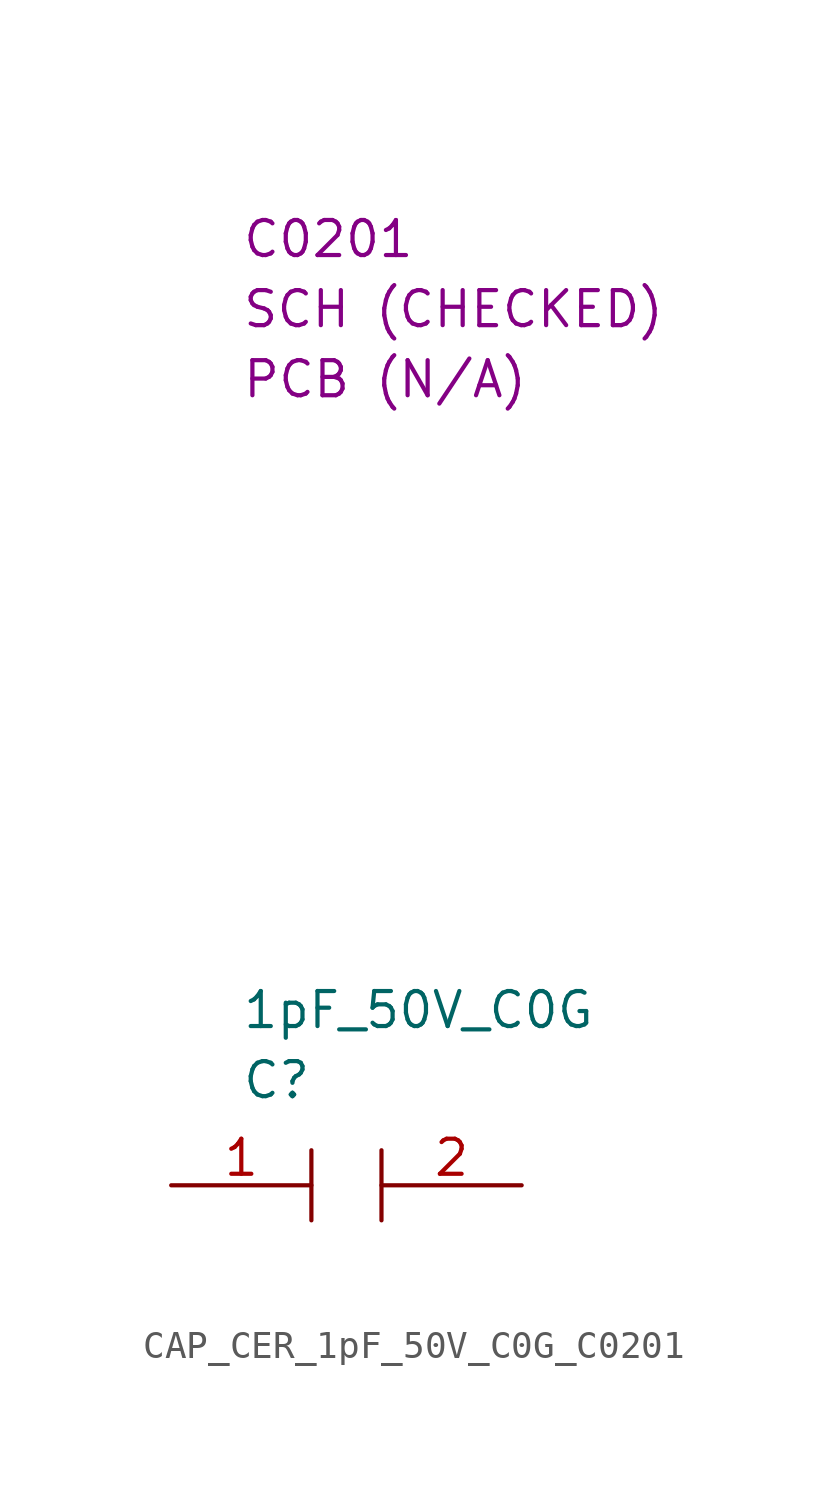
<source format=kicad_sym>
(kicad_symbol_lib
  (version 20231120)
  (generator "kicad_symbol_editor")
  (generator_version "8.0")
  (symbol "CAP_CER_1pF_50V_C0G_C0201"
    (property "Reference" "C"
      (at 2.54 3.81 0)
      (effects (font (size 1.27 1.27)) (justify left)))
    (property "Value" "1pF_50V_C0G"
      (at 2.54 6.35 0)
      (effects (font (size 1.27 1.27)) (justify left)))
    (property "SCH CHECK" "SCH (CHECKED)"
      (at 2.54 31.75 0)
      (effects (font (size 1.27 1.27)) (justify left)))
    (property "Package" "C0201"
      (at 2.54 34.29 0)
      (effects (font (size 1.27 1.27)) (justify left)))
    (property "PCB CHECk" "PCB (N/A)"
      (at 2.54 29.21 0)
      (effects (font (size 1.27 1.27)) (justify left)))
    (symbol "CAP_CER_1pF_50V_C0G_C0201_0_0"
      (polyline (pts (xy 5.08 1.27) (xy 5.08 -1.27)) (stroke (width 0) (type default)) (fill (type none)))
      (polyline (pts (xy 7.62 1.27) (xy 7.62 -1.27)) (stroke (width 0) (type default)) (fill (type none))))
    (symbol "CAP_CER_1pF_50V_C0G_C0201_1_1"
      (pin passive line (at 0 0 0) (length 5.08) (name "" (effects (font (size 1.27 1.27)))) (number "1" (effects (font (size 1.27 1.27)))))
      (pin passive line (at 12.7 0 180) (length 5.08) (name "" (effects (font (size 1.27 1.27)))) (number "2" (effects (font (size 1.27 1.27))))))))
</source>
